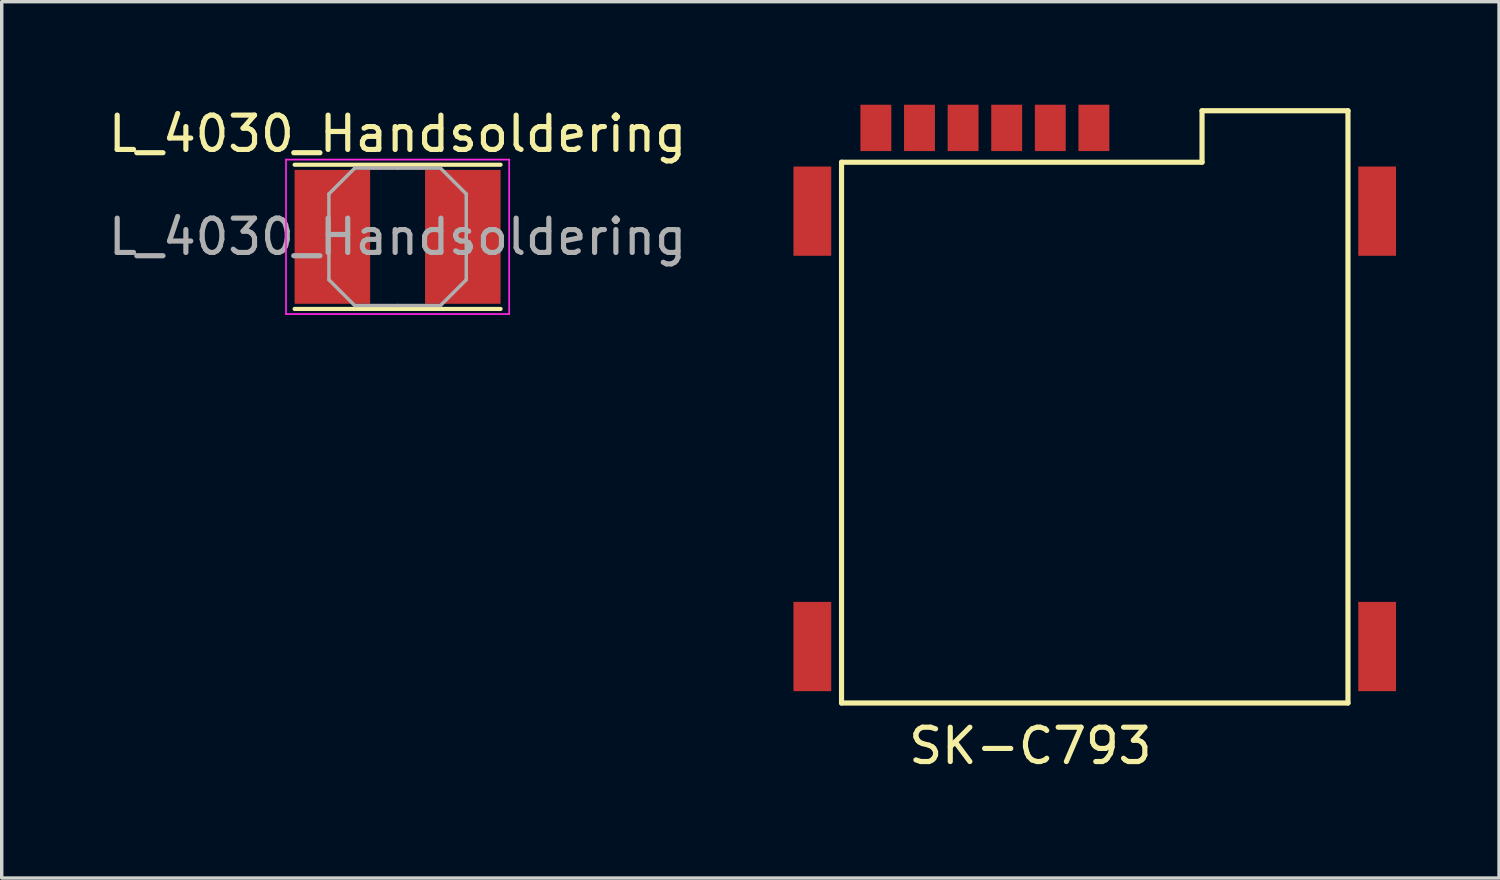
<source format=kicad_pcb>
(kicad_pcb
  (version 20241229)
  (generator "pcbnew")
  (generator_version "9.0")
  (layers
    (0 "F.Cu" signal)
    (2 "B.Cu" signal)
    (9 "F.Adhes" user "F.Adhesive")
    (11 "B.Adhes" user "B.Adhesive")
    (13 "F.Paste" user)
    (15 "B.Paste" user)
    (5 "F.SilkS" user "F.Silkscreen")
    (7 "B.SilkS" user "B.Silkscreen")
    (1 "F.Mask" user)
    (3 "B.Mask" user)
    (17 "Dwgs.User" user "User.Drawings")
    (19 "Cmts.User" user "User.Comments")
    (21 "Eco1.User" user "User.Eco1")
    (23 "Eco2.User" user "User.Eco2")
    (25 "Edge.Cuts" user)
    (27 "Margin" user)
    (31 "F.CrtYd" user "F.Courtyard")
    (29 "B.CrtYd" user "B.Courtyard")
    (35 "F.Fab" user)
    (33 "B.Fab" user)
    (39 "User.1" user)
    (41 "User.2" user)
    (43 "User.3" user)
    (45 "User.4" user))
  (footprint "L_4030_Handsoldering"
    (layer "F.Cu")
    (at 8.53 3.848)
    (property "Reference" "L_4030_Handsoldering" (at 0 -3 0) (layer "F.SilkS") (effects (font (size 1 1) (thickness 0.15))))
    (attr smd)
    (fp_line (start -3 -2.1) (end 3 -2.1) (stroke (width 0.12) (type solid)) (layer "F.SilkS"))
    (fp_line (start -3 2.1) (end 3 2.1) (stroke (width 0.12) (type solid)) (layer "F.SilkS"))
    (fp_line (start -3.25 -2.25) (end -3.25 2.25) (stroke (width 0.05) (type solid)) (layer "F.CrtYd"))
    (fp_line (start -3.25 2.25) (end 3.25 2.25) (stroke (width 0.05) (type solid)) (layer "F.CrtYd"))
    (fp_line (start 3.25 -2.25) (end -3.25 -2.25) (stroke (width 0.05) (type solid)) (layer "F.CrtYd"))
    (fp_line (start 3.25 2.25) (end 3.25 -2.25) (stroke (width 0.05) (type solid)) (layer "F.CrtYd"))
    (fp_line (start -2 -1.25) (end -1.25 -2) (stroke (width 0.1) (type solid)) (layer "F.Fab"))
    (fp_line (start -2 0) (end -2 -1.25) (stroke (width 0.1) (type solid)) (layer "F.Fab"))
    (fp_line (start -2 0) (end -2 1.25) (stroke (width 0.1) (type solid)) (layer "F.Fab"))
    (fp_line (start -2 1.25) (end -1.25 2) (stroke (width 0.1) (type solid)) (layer "F.Fab"))
    (fp_line (start -1.25 -2) (end 0 -2) (stroke (width 0.1) (type solid)) (layer "F.Fab"))
    (fp_line (start -1.25 2) (end 0 2) (stroke (width 0.1) (type solid)) (layer "F.Fab"))
    (fp_line (start 1.25 -2) (end 0 -2) (stroke (width 0.1) (type solid)) (layer "F.Fab"))
    (fp_line (start 1.25 2) (end 0 2) (stroke (width 0.1) (type solid)) (layer "F.Fab"))
    (fp_line (start 2 -1.25) (end 1.25 -2) (stroke (width 0.1) (type solid)) (layer "F.Fab"))
    (fp_line (start 2 0) (end 2 -1.25) (stroke (width 0.1) (type solid)) (layer "F.Fab"))
    (fp_line (start 2 0) (end 2 1.25) (stroke (width 0.1) (type solid)) (layer "F.Fab"))
    (fp_line (start 2 1.25) (end 1.25 2) (stroke (width 0.1) (type solid)) (layer "F.Fab"))
    (fp_text user "${REFERENCE}" (at 0 0 0) (layer "F.Fab") (effects (font (size 1 1) (thickness 0.15))))
    (pad "1" smd rect (at -1.9 0) (size 2.2 3.9) (layers "F.Cu" "F.Mask" "F.Paste"))
    (pad "2" smd rect (at 1.9 0) (size 2.2 3.9) (layers "F.Cu" "F.Mask" "F.Paste")))
  (footprint "SK-C793"
    (layer "F.Cu")
    (at 28.71 9.175)
    (property "Reference" "SK-C793" (at -1.75 9.5 0) (layer "F.SilkS") (effects (font (size 1 1) (thickness 0.15))))
    (attr through_hole)
    (fp_line (start -7.25 -7.5) (end -7.25 8.25) (stroke (width 0.15) (type solid)) (layer "F.SilkS"))
    (fp_line (start -7.25 8.25) (end 7.5 8.25) (stroke (width 0.15) (type solid)) (layer "F.SilkS"))
    (fp_line (start 3.25 -9) (end 3.25 -7.5) (stroke (width 0.15) (type solid)) (layer "F.SilkS"))
    (fp_line (start 3.25 -7.5) (end -7.25 -7.5) (stroke (width 0.15) (type solid)) (layer "F.SilkS"))
    (fp_line (start 7.5 -9) (end 3.25 -9) (stroke (width 0.15) (type solid)) (layer "F.SilkS"))
    (fp_line (start 7.5 8.25) (end 7.5 -9) (stroke (width 0.15) (type solid)) (layer "F.SilkS"))
    (pad "1" smd rect (at -4.98 -8.5) (size 0.9 1.35) (layers "F.Cu" "F.Mask" "F.Paste"))
    (pad "2" smd rect (at -2.44 -8.5) (size 0.9 1.35) (layers "F.Cu" "F.Mask" "F.Paste"))
    (pad "3" smd rect (at 0.1 -8.5) (size 0.9 1.35) (layers "F.Cu" "F.Mask" "F.Paste"))
    (pad "5" smd rect (at -6.25 -8.5) (size 0.9 1.35) (layers "F.Cu" "F.Mask" "F.Paste"))
    (pad "6" smd rect (at -3.71 -8.5) (size 0.9 1.35) (layers "F.Cu" "F.Mask" "F.Paste"))
    (pad "7" smd rect (at -1.17 -8.5) (size 0.9 1.35) (layers "F.Cu" "F.Mask" "F.Paste"))
    (pad "8" smd rect (at 8.35 -6.075) (size 1.1 2.6) (layers "F.Cu" "F.Mask" "F.Paste"))
    (pad "9" smd rect (at 8.35 6.605) (size 1.1 2.6) (layers "F.Cu" "F.Mask" "F.Paste"))
    (pad "10" smd rect (at -8.1 6.605) (size 1.1 2.6) (layers "F.Cu" "F.Mask" "F.Paste"))
    (pad "11" smd rect (at -8.1 -6.075) (size 1.1 2.6) (layers "F.Cu" "F.Mask" "F.Paste")))
  (gr_rect
    (start -3 -3)
    (end 40.61 22.523)
    (stroke (width 0.1) (type default))
    (fill no)
    (layer "Edge.Cuts")))
</source>
